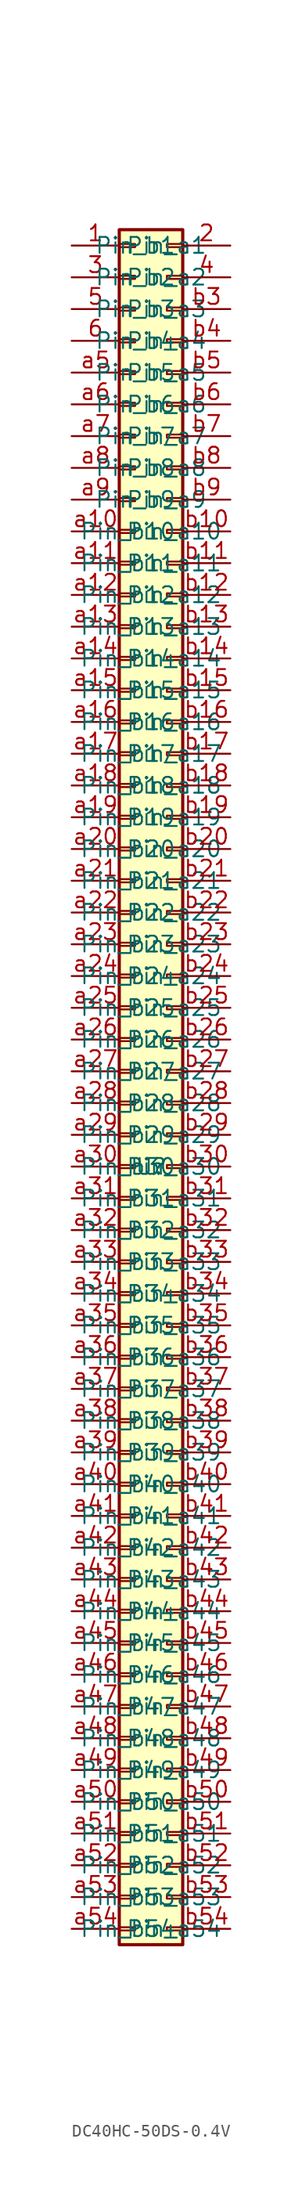
<source format=kicad_sym>
(kicad_symbol_lib
  (version 20220914)
  (generator kicad_symbol_editor)
  (symbol "DC40HC-50DS-0.4V"
    (property "Reference" "U"
      (at 0 0 0)
      (effects (font (size 1.27 1.27))))
    (property "Value" ""
      (at 0 0 0)
      (effects (font (size 1.27 1.27))))
    (symbol "DC40HC-50DS-0.4V_1_1"
      (rectangle (start -2.54 -60.833) (end -1.27 -61.087) (stroke (width 0.152) (type default)) (fill (type none)))
      (rectangle (start -2.54 -58.293) (end -1.27 -58.547) (stroke (width 0.152) (type default)) (fill (type none)))
      (rectangle (start -2.54 -55.753) (end -1.27 -56.007) (stroke (width 0.152) (type default)) (fill (type none)))
      (rectangle (start -2.54 -53.213) (end -1.27 -53.467) (stroke (width 0.152) (type default)) (fill (type none)))
      (rectangle (start -2.54 -50.673) (end -1.27 -50.927) (stroke (width 0.152) (type default)) (fill (type none)))
      (rectangle (start -2.54 -48.133) (end -1.27 -48.387) (stroke (width 0.152) (type default)) (fill (type none)))
      (rectangle (start -2.54 -45.593) (end -1.27 -45.847) (stroke (width 0.152) (type default)) (fill (type none)))
      (rectangle (start -2.54 -43.053) (end -1.27 -43.307) (stroke (width 0.152) (type default)) (fill (type none)))
      (rectangle (start -2.54 -40.513) (end -1.27 -40.767) (stroke (width 0.152) (type default)) (fill (type none)))
      (rectangle (start -2.54 -37.973) (end -1.27 -38.227) (stroke (width 0.152) (type default)) (fill (type none)))
      (rectangle (start -2.54 -35.433) (end -1.27 -35.687) (stroke (width 0.152) (type default)) (fill (type none)))
      (rectangle (start -2.54 -32.893) (end -1.27 -33.147) (stroke (width 0.152) (type default)) (fill (type none)))
      (rectangle (start -2.54 -30.353) (end -1.27 -30.607) (stroke (width 0.152) (type default)) (fill (type none)))
      (rectangle (start -2.54 -27.813) (end -1.27 -28.067) (stroke (width 0.152) (type default)) (fill (type none)))
      (rectangle (start -2.54 -25.273) (end -1.27 -25.527) (stroke (width 0.152) (type default)) (fill (type none)))
      (rectangle (start -2.54 -22.733) (end -1.27 -22.987) (stroke (width 0.152) (type default)) (fill (type none)))
      (rectangle (start -2.54 -20.193) (end -1.27 -20.447) (stroke (width 0.152) (type default)) (fill (type none)))
      (rectangle (start -2.54 -17.653) (end -1.27 -17.907) (stroke (width 0.152) (type default)) (fill (type none)))
      (rectangle (start -2.54 -15.113) (end -1.27 -15.367) (stroke (width 0.152) (type default)) (fill (type none)))
      (rectangle (start -2.54 -12.573) (end -1.27 -12.827) (stroke (width 0.152) (type default)) (fill (type none)))
      (rectangle (start -2.54 -10.033) (end -1.27 -10.287) (stroke (width 0.152) (type default)) (fill (type none)))
      (rectangle (start -2.54 -7.493) (end -1.27 -7.747) (stroke (width 0.152) (type default)) (fill (type none)))
      (rectangle (start -2.54 -4.953) (end -1.27 -5.207) (stroke (width 0.152) (type default)) (fill (type none)))
      (rectangle (start -2.54 -2.413) (end -1.27 -2.667) (stroke (width 0.152) (type default)) (fill (type none)))
      (rectangle (start -2.54 0.127) (end -1.27 -0.127) (stroke (width 0.152) (type default)) (fill (type none)))
      (rectangle (start -2.54 2.667) (end -1.27 2.413) (stroke (width 0.152) (type default)) (fill (type none)))
      (rectangle (start -2.54 5.207) (end -1.27 4.953) (stroke (width 0.152) (type default)) (fill (type none)))
      (rectangle (start -2.54 7.747) (end -1.27 7.493) (stroke (width 0.152) (type default)) (fill (type none)))
      (rectangle (start -2.54 10.287) (end -1.27 10.033) (stroke (width 0.152) (type default)) (fill (type none)))
      (rectangle (start -2.54 12.827) (end -1.27 12.573) (stroke (width 0.152) (type default)) (fill (type none)))
      (rectangle (start -2.54 15.367) (end -1.27 15.113) (stroke (width 0.152) (type default)) (fill (type none)))
      (rectangle (start -2.54 17.907) (end -1.27 17.653) (stroke (width 0.152) (type default)) (fill (type none)))
      (rectangle (start -2.54 20.447) (end -1.27 20.193) (stroke (width 0.152) (type default)) (fill (type none)))
      (rectangle (start -2.54 22.987) (end -1.27 22.733) (stroke (width 0.152) (type default)) (fill (type none)))
      (rectangle (start -2.54 25.527) (end -1.27 25.273) (stroke (width 0.152) (type default)) (fill (type none)))
      (rectangle (start -2.54 28.067) (end -1.27 27.813) (stroke (width 0.152) (type default)) (fill (type none)))
      (rectangle (start -2.54 30.607) (end -1.27 30.353) (stroke (width 0.152) (type default)) (fill (type none)))
      (rectangle (start -2.54 33.147) (end -1.27 32.893) (stroke (width 0.152) (type default)) (fill (type none)))
      (rectangle (start -2.54 35.687) (end -1.27 35.433) (stroke (width 0.152) (type default)) (fill (type none)))
      (rectangle (start -2.54 38.227) (end -1.27 37.973) (stroke (width 0.152) (type default)) (fill (type none)))
      (rectangle (start -2.54 40.767) (end -1.27 40.513) (stroke (width 0.152) (type default)) (fill (type none)))
      (rectangle (start -2.54 43.307) (end -1.27 43.053) (stroke (width 0.152) (type default)) (fill (type none)))
      (rectangle (start -2.54 45.847) (end -1.27 45.593) (stroke (width 0.152) (type default)) (fill (type none)))
      (rectangle (start -2.54 48.387) (end -1.27 48.133) (stroke (width 0.152) (type default)) (fill (type none)))
      (rectangle (start -2.54 50.927) (end -1.27 50.673) (stroke (width 0.152) (type default)) (fill (type none)))
      (rectangle (start -2.54 53.467) (end -1.27 53.213) (stroke (width 0.152) (type default)) (fill (type none)))
      (rectangle (start -2.54 56.007) (end -1.27 55.753) (stroke (width 0.152) (type default)) (fill (type none)))
      (rectangle (start -2.54 58.547) (end -1.27 58.293) (stroke (width 0.152) (type default)) (fill (type none)))
      (rectangle (start -2.54 61.087) (end -1.27 60.833) (stroke (width 0.152) (type default)) (fill (type none)))
      (rectangle (start -2.54 63.627) (end -1.27 63.373) (stroke (width 0.152) (type default)) (fill (type none)))
      (rectangle (start -2.54 66.167) (end -1.27 65.913) (stroke (width 0.152) (type default)) (fill (type none)))
      (rectangle (start -2.54 68.707) (end -1.27 68.453) (stroke (width 0.152) (type default)) (fill (type none)))
      (rectangle (start -2.54 71.247) (end -1.27 70.993) (stroke (width 0.152) (type default)) (fill (type none)))
      (rectangle (start -2.54 73.787) (end -1.27 73.533) (stroke (width 0.152) (type default)) (fill (type none)))
      (rectangle (start -2.54 74.93) (end 2.54 -62.23) (stroke (width 0.254) (type default)) (fill (type background)))
      (rectangle (start 2.54 -60.833) (end 1.27 -61.087) (stroke (width 0.152) (type default)) (fill (type none)))
      (rectangle (start 2.54 -58.293) (end 1.27 -58.547) (stroke (width 0.152) (type default)) (fill (type none)))
      (rectangle (start 2.54 -55.753) (end 1.27 -56.007) (stroke (width 0.152) (type default)) (fill (type none)))
      (rectangle (start 2.54 -53.213) (end 1.27 -53.467) (stroke (width 0.152) (type default)) (fill (type none)))
      (rectangle (start 2.54 -50.673) (end 1.27 -50.927) (stroke (width 0.152) (type default)) (fill (type none)))
      (rectangle (start 2.54 -48.133) (end 1.27 -48.387) (stroke (width 0.152) (type default)) (fill (type none)))
      (rectangle (start 2.54 -45.593) (end 1.27 -45.847) (stroke (width 0.152) (type default)) (fill (type none)))
      (rectangle (start 2.54 -43.053) (end 1.27 -43.307) (stroke (width 0.152) (type default)) (fill (type none)))
      (rectangle (start 2.54 -40.513) (end 1.27 -40.767) (stroke (width 0.152) (type default)) (fill (type none)))
      (rectangle (start 2.54 -37.973) (end 1.27 -38.227) (stroke (width 0.152) (type default)) (fill (type none)))
      (rectangle (start 2.54 -35.433) (end 1.27 -35.687) (stroke (width 0.152) (type default)) (fill (type none)))
      (rectangle (start 2.54 -32.893) (end 1.27 -33.147) (stroke (width 0.152) (type default)) (fill (type none)))
      (rectangle (start 2.54 -30.353) (end 1.27 -30.607) (stroke (width 0.152) (type default)) (fill (type none)))
      (rectangle (start 2.54 -27.813) (end 1.27 -28.067) (stroke (width 0.152) (type default)) (fill (type none)))
      (rectangle (start 2.54 -25.273) (end 1.27 -25.527) (stroke (width 0.152) (type default)) (fill (type none)))
      (rectangle (start 2.54 -22.733) (end 1.27 -22.987) (stroke (width 0.152) (type default)) (fill (type none)))
      (rectangle (start 2.54 -20.193) (end 1.27 -20.447) (stroke (width 0.152) (type default)) (fill (type none)))
      (rectangle (start 2.54 -17.653) (end 1.27 -17.907) (stroke (width 0.152) (type default)) (fill (type none)))
      (rectangle (start 2.54 -15.113) (end 1.27 -15.367) (stroke (width 0.152) (type default)) (fill (type none)))
      (rectangle (start 2.54 -12.573) (end 1.27 -12.827) (stroke (width 0.152) (type default)) (fill (type none)))
      (rectangle (start 2.54 -10.033) (end 1.27 -10.287) (stroke (width 0.152) (type default)) (fill (type none)))
      (rectangle (start 2.54 -7.493) (end 1.27 -7.747) (stroke (width 0.152) (type default)) (fill (type none)))
      (rectangle (start 2.54 -4.953) (end 1.27 -5.207) (stroke (width 0.152) (type default)) (fill (type none)))
      (rectangle (start 2.54 -2.413) (end 1.27 -2.667) (stroke (width 0.152) (type default)) (fill (type none)))
      (rectangle (start 2.54 0.127) (end 1.27 -0.127) (stroke (width 0.152) (type default)) (fill (type none)))
      (rectangle (start 2.54 2.667) (end 1.27 2.413) (stroke (width 0.152) (type default)) (fill (type none)))
      (rectangle (start 2.54 5.207) (end 1.27 4.953) (stroke (width 0.152) (type default)) (fill (type none)))
      (rectangle (start 2.54 7.747) (end 1.27 7.493) (stroke (width 0.152) (type default)) (fill (type none)))
      (rectangle (start 2.54 10.287) (end 1.27 10.033) (stroke (width 0.152) (type default)) (fill (type none)))
      (rectangle (start 2.54 12.827) (end 1.27 12.573) (stroke (width 0.152) (type default)) (fill (type none)))
      (rectangle (start 2.54 15.367) (end 1.27 15.113) (stroke (width 0.152) (type default)) (fill (type none)))
      (rectangle (start 2.54 17.907) (end 1.27 17.653) (stroke (width 0.152) (type default)) (fill (type none)))
      (rectangle (start 2.54 20.447) (end 1.27 20.193) (stroke (width 0.152) (type default)) (fill (type none)))
      (rectangle (start 2.54 22.987) (end 1.27 22.733) (stroke (width 0.152) (type default)) (fill (type none)))
      (rectangle (start 2.54 25.527) (end 1.27 25.273) (stroke (width 0.152) (type default)) (fill (type none)))
      (rectangle (start 2.54 28.067) (end 1.27 27.813) (stroke (width 0.152) (type default)) (fill (type none)))
      (rectangle (start 2.54 30.607) (end 1.27 30.353) (stroke (width 0.152) (type default)) (fill (type none)))
      (rectangle (start 2.54 33.147) (end 1.27 32.893) (stroke (width 0.152) (type default)) (fill (type none)))
      (rectangle (start 2.54 35.687) (end 1.27 35.433) (stroke (width 0.152) (type default)) (fill (type none)))
      (rectangle (start 2.54 38.227) (end 1.27 37.973) (stroke (width 0.152) (type default)) (fill (type none)))
      (rectangle (start 2.54 40.767) (end 1.27 40.513) (stroke (width 0.152) (type default)) (fill (type none)))
      (rectangle (start 2.54 43.307) (end 1.27 43.053) (stroke (width 0.152) (type default)) (fill (type none)))
      (rectangle (start 2.54 45.847) (end 1.27 45.593) (stroke (width 0.152) (type default)) (fill (type none)))
      (rectangle (start 2.54 48.387) (end 1.27 48.133) (stroke (width 0.152) (type default)) (fill (type none)))
      (rectangle (start 2.54 50.927) (end 1.27 50.673) (stroke (width 0.152) (type default)) (fill (type none)))
      (rectangle (start 2.54 53.467) (end 1.27 53.213) (stroke (width 0.152) (type default)) (fill (type none)))
      (rectangle (start 2.54 56.007) (end 1.27 55.753) (stroke (width 0.152) (type default)) (fill (type none)))
      (rectangle (start 2.54 58.547) (end 1.27 58.293) (stroke (width 0.152) (type default)) (fill (type none)))
      (rectangle (start 2.54 61.087) (end 1.27 60.833) (stroke (width 0.152) (type default)) (fill (type none)))
      (rectangle (start 2.54 63.627) (end 1.27 63.373) (stroke (width 0.152) (type default)) (fill (type none)))
      (rectangle (start 2.54 66.167) (end 1.27 65.913) (stroke (width 0.152) (type default)) (fill (type none)))
      (rectangle (start 2.54 68.707) (end 1.27 68.453) (stroke (width 0.152) (type default)) (fill (type none)))
      (rectangle (start 2.54 71.247) (end 1.27 70.993) (stroke (width 0.152) (type default)) (fill (type none)))
      (rectangle (start 2.54 73.787) (end 1.27 73.533) (stroke (width 0.152) (type default)) (fill (type none)))
      (pin passive line (at -6.35 73.66 0) (length 3.81) (name "Pin_a1" (effects (font (size 1.27 1.27)))) (number "1" (effects (font (size 1.27 1.27)))))
      (pin passive line (at 6.35 73.66 180) (length 3.81) (name "Pin_b1" (effects (font (size 1.27 1.27)))) (number "2" (effects (font (size 1.27 1.27)))))
      (pin passive line (at -6.35 71.12 0) (length 3.81) (name "Pin_a2" (effects (font (size 1.27 1.27)))) (number "3" (effects (font (size 1.27 1.27)))))
      (pin passive line (at 6.35 71.12 180) (length 3.81) (name "Pin_b2" (effects (font (size 1.27 1.27)))) (number "4" (effects (font (size 1.27 1.27)))))
      (pin passive line (at -6.35 68.58 0) (length 3.81) (name "Pin_a3" (effects (font (size 1.27 1.27)))) (number "5" (effects (font (size 1.27 1.27)))))
      (pin passive line (at -6.35 66.04 0) (length 3.81) (name "Pin_a4" (effects (font (size 1.27 1.27)))) (number "6" (effects (font (size 1.27 1.27)))))
      (pin passive line (at -6.35 50.8 0) (length 3.81) (name "Pin_a10" (effects (font (size 1.27 1.27)))) (number "a10" (effects (font (size 1.27 1.27)))))
      (pin passive line (at -6.35 48.26 0) (length 3.81) (name "Pin_a11" (effects (font (size 1.27 1.27)))) (number "a11" (effects (font (size 1.27 1.27)))))
      (pin passive line (at -6.35 45.72 0) (length 3.81) (name "Pin_a12" (effects (font (size 1.27 1.27)))) (number "a12" (effects (font (size 1.27 1.27)))))
      (pin passive line (at -6.35 43.18 0) (length 3.81) (name "Pin_a13" (effects (font (size 1.27 1.27)))) (number "a13" (effects (font (size 1.27 1.27)))))
      (pin passive line (at -6.35 40.64 0) (length 3.81) (name "Pin_a14" (effects (font (size 1.27 1.27)))) (number "a14" (effects (font (size 1.27 1.27)))))
      (pin passive line (at -6.35 38.1 0) (length 3.81) (name "Pin_a15" (effects (font (size 1.27 1.27)))) (number "a15" (effects (font (size 1.27 1.27)))))
      (pin passive line (at -6.35 35.56 0) (length 3.81) (name "Pin_a16" (effects (font (size 1.27 1.27)))) (number "a16" (effects (font (size 1.27 1.27)))))
      (pin passive line (at -6.35 33.02 0) (length 3.81) (name "Pin_a17" (effects (font (size 1.27 1.27)))) (number "a17" (effects (font (size 1.27 1.27)))))
      (pin passive line (at -6.35 30.48 0) (length 3.81) (name "Pin_a18" (effects (font (size 1.27 1.27)))) (number "a18" (effects (font (size 1.27 1.27)))))
      (pin passive line (at -6.35 27.94 0) (length 3.81) (name "Pin_a19" (effects (font (size 1.27 1.27)))) (number "a19" (effects (font (size 1.27 1.27)))))
      (pin passive line (at -6.35 25.4 0) (length 3.81) (name "Pin_a20" (effects (font (size 1.27 1.27)))) (number "a20" (effects (font (size 1.27 1.27)))))
      (pin passive line (at -6.35 22.86 0) (length 3.81) (name "Pin_a21" (effects (font (size 1.27 1.27)))) (number "a21" (effects (font (size 1.27 1.27)))))
      (pin passive line (at -6.35 20.32 0) (length 3.81) (name "Pin_a22" (effects (font (size 1.27 1.27)))) (number "a22" (effects (font (size 1.27 1.27)))))
      (pin passive line (at -6.35 17.78 0) (length 3.81) (name "Pin_a23" (effects (font (size 1.27 1.27)))) (number "a23" (effects (font (size 1.27 1.27)))))
      (pin passive line (at -6.35 15.24 0) (length 3.81) (name "Pin_a24" (effects (font (size 1.27 1.27)))) (number "a24" (effects (font (size 1.27 1.27)))))
      (pin passive line (at -6.35 12.7 0) (length 3.81) (name "Pin_a25" (effects (font (size 1.27 1.27)))) (number "a25" (effects (font (size 1.27 1.27)))))
      (pin passive line (at -6.35 10.16 0) (length 3.81) (name "Pin_a26" (effects (font (size 1.27 1.27)))) (number "a26" (effects (font (size 1.27 1.27)))))
      (pin passive line (at -6.35 7.62 0) (length 3.81) (name "Pin_a27" (effects (font (size 1.27 1.27)))) (number "a27" (effects (font (size 1.27 1.27)))))
      (pin passive line (at -6.35 5.08 0) (length 3.81) (name "Pin_a28" (effects (font (size 1.27 1.27)))) (number "a28" (effects (font (size 1.27 1.27)))))
      (pin passive line (at -6.35 2.54 0) (length 3.81) (name "Pin_a29" (effects (font (size 1.27 1.27)))) (number "a29" (effects (font (size 1.27 1.27)))))
      (pin passive line (at -6.35 0 0) (length 3.81) (name "Pin_a30" (effects (font (size 1.27 1.27)))) (number "a30" (effects (font (size 1.27 1.27)))))
      (pin passive line (at -6.35 -2.54 0) (length 3.81) (name "Pin_a31" (effects (font (size 1.27 1.27)))) (number "a31" (effects (font (size 1.27 1.27)))))
      (pin passive line (at -6.35 -5.08 0) (length 3.81) (name "Pin_a32" (effects (font (size 1.27 1.27)))) (number "a32" (effects (font (size 1.27 1.27)))))
      (pin passive line (at -6.35 -7.62 0) (length 3.81) (name "Pin_a33" (effects (font (size 1.27 1.27)))) (number "a33" (effects (font (size 1.27 1.27)))))
      (pin passive line (at -6.35 -10.16 0) (length 3.81) (name "Pin_a34" (effects (font (size 1.27 1.27)))) (number "a34" (effects (font (size 1.27 1.27)))))
      (pin passive line (at -6.35 -12.7 0) (length 3.81) (name "Pin_a35" (effects (font (size 1.27 1.27)))) (number "a35" (effects (font (size 1.27 1.27)))))
      (pin passive line (at -6.35 -15.24 0) (length 3.81) (name "Pin_a36" (effects (font (size 1.27 1.27)))) (number "a36" (effects (font (size 1.27 1.27)))))
      (pin passive line (at -6.35 -17.78 0) (length 3.81) (name "Pin_a37" (effects (font (size 1.27 1.27)))) (number "a37" (effects (font (size 1.27 1.27)))))
      (pin passive line (at -6.35 -20.32 0) (length 3.81) (name "Pin_a38" (effects (font (size 1.27 1.27)))) (number "a38" (effects (font (size 1.27 1.27)))))
      (pin passive line (at -6.35 -22.86 0) (length 3.81) (name "Pin_a39" (effects (font (size 1.27 1.27)))) (number "a39" (effects (font (size 1.27 1.27)))))
      (pin passive line (at -6.35 -25.4 0) (length 3.81) (name "Pin_a40" (effects (font (size 1.27 1.27)))) (number "a40" (effects (font (size 1.27 1.27)))))
      (pin passive line (at -6.35 -27.94 0) (length 3.81) (name "Pin_a41" (effects (font (size 1.27 1.27)))) (number "a41" (effects (font (size 1.27 1.27)))))
      (pin passive line (at -6.35 -30.48 0) (length 3.81) (name "Pin_a42" (effects (font (size 1.27 1.27)))) (number "a42" (effects (font (size 1.27 1.27)))))
      (pin passive line (at -6.35 -33.02 0) (length 3.81) (name "Pin_a43" (effects (font (size 1.27 1.27)))) (number "a43" (effects (font (size 1.27 1.27)))))
      (pin passive line (at -6.35 -35.56 0) (length 3.81) (name "Pin_a44" (effects (font (size 1.27 1.27)))) (number "a44" (effects (font (size 1.27 1.27)))))
      (pin passive line (at -6.35 -38.1 0) (length 3.81) (name "Pin_a45" (effects (font (size 1.27 1.27)))) (number "a45" (effects (font (size 1.27 1.27)))))
      (pin passive line (at -6.35 -40.64 0) (length 3.81) (name "Pin_a46" (effects (font (size 1.27 1.27)))) (number "a46" (effects (font (size 1.27 1.27)))))
      (pin passive line (at -6.35 -43.18 0) (length 3.81) (name "Pin_a47" (effects (font (size 1.27 1.27)))) (number "a47" (effects (font (size 1.27 1.27)))))
      (pin passive line (at -6.35 -45.72 0) (length 3.81) (name "Pin_a48" (effects (font (size 1.27 1.27)))) (number "a48" (effects (font (size 1.27 1.27)))))
      (pin passive line (at -6.35 -48.26 0) (length 3.81) (name "Pin_a49" (effects (font (size 1.27 1.27)))) (number "a49" (effects (font (size 1.27 1.27)))))
      (pin passive line (at -6.35 63.5 0) (length 3.81) (name "Pin_a5" (effects (font (size 1.27 1.27)))) (number "a5" (effects (font (size 1.27 1.27)))))
      (pin passive line (at -6.35 -50.8 0) (length 3.81) (name "Pin_a50" (effects (font (size 1.27 1.27)))) (number "a50" (effects (font (size 1.27 1.27)))))
      (pin passive line (at -6.35 -53.34 0) (length 3.81) (name "Pin_a51" (effects (font (size 1.27 1.27)))) (number "a51" (effects (font (size 1.27 1.27)))))
      (pin passive line (at -6.35 -55.88 0) (length 3.81) (name "Pin_a52" (effects (font (size 1.27 1.27)))) (number "a52" (effects (font (size 1.27 1.27)))))
      (pin passive line (at -6.35 -58.42 0) (length 3.81) (name "Pin_a53" (effects (font (size 1.27 1.27)))) (number "a53" (effects (font (size 1.27 1.27)))))
      (pin passive line (at -6.35 -60.96 0) (length 3.81) (name "Pin_a54" (effects (font (size 1.27 1.27)))) (number "a54" (effects (font (size 1.27 1.27)))))
      (pin passive line (at -6.35 60.96 0) (length 3.81) (name "Pin_a6" (effects (font (size 1.27 1.27)))) (number "a6" (effects (font (size 1.27 1.27)))))
      (pin passive line (at -6.35 58.42 0) (length 3.81) (name "Pin_a7" (effects (font (size 1.27 1.27)))) (number "a7" (effects (font (size 1.27 1.27)))))
      (pin passive line (at -6.35 55.88 0) (length 3.81) (name "Pin_a8" (effects (font (size 1.27 1.27)))) (number "a8" (effects (font (size 1.27 1.27)))))
      (pin passive line (at -6.35 53.34 0) (length 3.81) (name "Pin_a9" (effects (font (size 1.27 1.27)))) (number "a9" (effects (font (size 1.27 1.27)))))
      (pin passive line (at 6.35 50.8 180) (length 3.81) (name "Pin_b10" (effects (font (size 1.27 1.27)))) (number "b10" (effects (font (size 1.27 1.27)))))
      (pin passive line (at 6.35 48.26 180) (length 3.81) (name "Pin_b11" (effects (font (size 1.27 1.27)))) (number "b11" (effects (font (size 1.27 1.27)))))
      (pin passive line (at 6.35 45.72 180) (length 3.81) (name "Pin_b12" (effects (font (size 1.27 1.27)))) (number "b12" (effects (font (size 1.27 1.27)))))
      (pin passive line (at 6.35 43.18 180) (length 3.81) (name "Pin_b13" (effects (font (size 1.27 1.27)))) (number "b13" (effects (font (size 1.27 1.27)))))
      (pin passive line (at 6.35 40.64 180) (length 3.81) (name "Pin_b14" (effects (font (size 1.27 1.27)))) (number "b14" (effects (font (size 1.27 1.27)))))
      (pin passive line (at 6.35 38.1 180) (length 3.81) (name "Pin_b15" (effects (font (size 1.27 1.27)))) (number "b15" (effects (font (size 1.27 1.27)))))
      (pin passive line (at 6.35 35.56 180) (length 3.81) (name "Pin_b16" (effects (font (size 1.27 1.27)))) (number "b16" (effects (font (size 1.27 1.27)))))
      (pin passive line (at 6.35 33.02 180) (length 3.81) (name "Pin_b17" (effects (font (size 1.27 1.27)))) (number "b17" (effects (font (size 1.27 1.27)))))
      (pin passive line (at 6.35 30.48 180) (length 3.81) (name "Pin_b18" (effects (font (size 1.27 1.27)))) (number "b18" (effects (font (size 1.27 1.27)))))
      (pin passive line (at 6.35 27.94 180) (length 3.81) (name "Pin_b19" (effects (font (size 1.27 1.27)))) (number "b19" (effects (font (size 1.27 1.27)))))
      (pin passive line (at 6.35 25.4 180) (length 3.81) (name "Pin_b20" (effects (font (size 1.27 1.27)))) (number "b20" (effects (font (size 1.27 1.27)))))
      (pin passive line (at 6.35 22.86 180) (length 3.81) (name "Pin_b21" (effects (font (size 1.27 1.27)))) (number "b21" (effects (font (size 1.27 1.27)))))
      (pin passive line (at 6.35 20.32 180) (length 3.81) (name "Pin_b22" (effects (font (size 1.27 1.27)))) (number "b22" (effects (font (size 1.27 1.27)))))
      (pin passive line (at 6.35 17.78 180) (length 3.81) (name "Pin_b23" (effects (font (size 1.27 1.27)))) (number "b23" (effects (font (size 1.27 1.27)))))
      (pin passive line (at 6.35 15.24 180) (length 3.81) (name "Pin_b24" (effects (font (size 1.27 1.27)))) (number "b24" (effects (font (size 1.27 1.27)))))
      (pin passive line (at 6.35 12.7 180) (length 3.81) (name "Pin_b25" (effects (font (size 1.27 1.27)))) (number "b25" (effects (font (size 1.27 1.27)))))
      (pin passive line (at 6.35 10.16 180) (length 3.81) (name "Pin_b26" (effects (font (size 1.27 1.27)))) (number "b26" (effects (font (size 1.27 1.27)))))
      (pin passive line (at 6.35 7.62 180) (length 3.81) (name "Pin_b27" (effects (font (size 1.27 1.27)))) (number "b27" (effects (font (size 1.27 1.27)))))
      (pin passive line (at 6.35 5.08 180) (length 3.81) (name "Pin_b28" (effects (font (size 1.27 1.27)))) (number "b28" (effects (font (size 1.27 1.27)))))
      (pin passive line (at 6.35 2.54 180) (length 3.81) (name "Pin_b29" (effects (font (size 1.27 1.27)))) (number "b29" (effects (font (size 1.27 1.27)))))
      (pin passive line (at 6.35 68.58 180) (length 3.81) (name "Pin_b3" (effects (font (size 1.27 1.27)))) (number "b3" (effects (font (size 1.27 1.27)))))
      (pin passive line (at 6.35 0 180) (length 3.81) (name "Pin_b30" (effects (font (size 1.27 1.27)))) (number "b30" (effects (font (size 1.27 1.27)))))
      (pin passive line (at 6.35 -2.54 180) (length 3.81) (name "Pin_b31" (effects (font (size 1.27 1.27)))) (number "b31" (effects (font (size 1.27 1.27)))))
      (pin passive line (at 6.35 -5.08 180) (length 3.81) (name "Pin_b32" (effects (font (size 1.27 1.27)))) (number "b32" (effects (font (size 1.27 1.27)))))
      (pin passive line (at 6.35 -7.62 180) (length 3.81) (name "Pin_b33" (effects (font (size 1.27 1.27)))) (number "b33" (effects (font (size 1.27 1.27)))))
      (pin passive line (at 6.35 -10.16 180) (length 3.81) (name "Pin_b34" (effects (font (size 1.27 1.27)))) (number "b34" (effects (font (size 1.27 1.27)))))
      (pin passive line (at 6.35 -12.7 180) (length 3.81) (name "Pin_b35" (effects (font (size 1.27 1.27)))) (number "b35" (effects (font (size 1.27 1.27)))))
      (pin passive line (at 6.35 -15.24 180) (length 3.81) (name "Pin_b36" (effects (font (size 1.27 1.27)))) (number "b36" (effects (font (size 1.27 1.27)))))
      (pin passive line (at 6.35 -17.78 180) (length 3.81) (name "Pin_b37" (effects (font (size 1.27 1.27)))) (number "b37" (effects (font (size 1.27 1.27)))))
      (pin passive line (at 6.35 -20.32 180) (length 3.81) (name "Pin_b38" (effects (font (size 1.27 1.27)))) (number "b38" (effects (font (size 1.27 1.27)))))
      (pin passive line (at 6.35 -22.86 180) (length 3.81) (name "Pin_b39" (effects (font (size 1.27 1.27)))) (number "b39" (effects (font (size 1.27 1.27)))))
      (pin passive line (at 6.35 66.04 180) (length 3.81) (name "Pin_b4" (effects (font (size 1.27 1.27)))) (number "b4" (effects (font (size 1.27 1.27)))))
      (pin passive line (at 6.35 -25.4 180) (length 3.81) (name "Pin_b40" (effects (font (size 1.27 1.27)))) (number "b40" (effects (font (size 1.27 1.27)))))
      (pin passive line (at 6.35 -27.94 180) (length 3.81) (name "Pin_b41" (effects (font (size 1.27 1.27)))) (number "b41" (effects (font (size 1.27 1.27)))))
      (pin passive line (at 6.35 -30.48 180) (length 3.81) (name "Pin_b42" (effects (font (size 1.27 1.27)))) (number "b42" (effects (font (size 1.27 1.27)))))
      (pin passive line (at 6.35 -33.02 180) (length 3.81) (name "Pin_b43" (effects (font (size 1.27 1.27)))) (number "b43" (effects (font (size 1.27 1.27)))))
      (pin passive line (at 6.35 -35.56 180) (length 3.81) (name "Pin_b44" (effects (font (size 1.27 1.27)))) (number "b44" (effects (font (size 1.27 1.27)))))
      (pin passive line (at 6.35 -38.1 180) (length 3.81) (name "Pin_b45" (effects (font (size 1.27 1.27)))) (number "b45" (effects (font (size 1.27 1.27)))))
      (pin passive line (at 6.35 -40.64 180) (length 3.81) (name "Pin_b46" (effects (font (size 1.27 1.27)))) (number "b46" (effects (font (size 1.27 1.27)))))
      (pin passive line (at 6.35 -43.18 180) (length 3.81) (name "Pin_b47" (effects (font (size 1.27 1.27)))) (number "b47" (effects (font (size 1.27 1.27)))))
      (pin passive line (at 6.35 -45.72 180) (length 3.81) (name "Pin_b48" (effects (font (size 1.27 1.27)))) (number "b48" (effects (font (size 1.27 1.27)))))
      (pin passive line (at 6.35 -48.26 180) (length 3.81) (name "Pin_b49" (effects (font (size 1.27 1.27)))) (number "b49" (effects (font (size 1.27 1.27)))))
      (pin passive line (at 6.35 63.5 180) (length 3.81) (name "Pin_b5" (effects (font (size 1.27 1.27)))) (number "b5" (effects (font (size 1.27 1.27)))))
      (pin passive line (at 6.35 -50.8 180) (length 3.81) (name "Pin_b50" (effects (font (size 1.27 1.27)))) (number "b50" (effects (font (size 1.27 1.27)))))
      (pin passive line (at 6.35 -53.34 180) (length 3.81) (name "Pin_b51" (effects (font (size 1.27 1.27)))) (number "b51" (effects (font (size 1.27 1.27)))))
      (pin passive line (at 6.35 -55.88 180) (length 3.81) (name "Pin_b52" (effects (font (size 1.27 1.27)))) (number "b52" (effects (font (size 1.27 1.27)))))
      (pin passive line (at 6.35 -58.42 180) (length 3.81) (name "Pin_b53" (effects (font (size 1.27 1.27)))) (number "b53" (effects (font (size 1.27 1.27)))))
      (pin passive line (at 6.35 -60.96 180) (length 3.81) (name "Pin_b54" (effects (font (size 1.27 1.27)))) (number "b54" (effects (font (size 1.27 1.27)))))
      (pin passive line (at 6.35 60.96 180) (length 3.81) (name "Pin_b6" (effects (font (size 1.27 1.27)))) (number "b6" (effects (font (size 1.27 1.27)))))
      (pin passive line (at 6.35 58.42 180) (length 3.81) (name "Pin_b7" (effects (font (size 1.27 1.27)))) (number "b7" (effects (font (size 1.27 1.27)))))
      (pin passive line (at 6.35 55.88 180) (length 3.81) (name "Pin_b8" (effects (font (size 1.27 1.27)))) (number "b8" (effects (font (size 1.27 1.27)))))
      (pin passive line (at 6.35 53.34 180) (length 3.81) (name "Pin_b9" (effects (font (size 1.27 1.27)))) (number "b9" (effects (font (size 1.27 1.27))))))))
</source>
